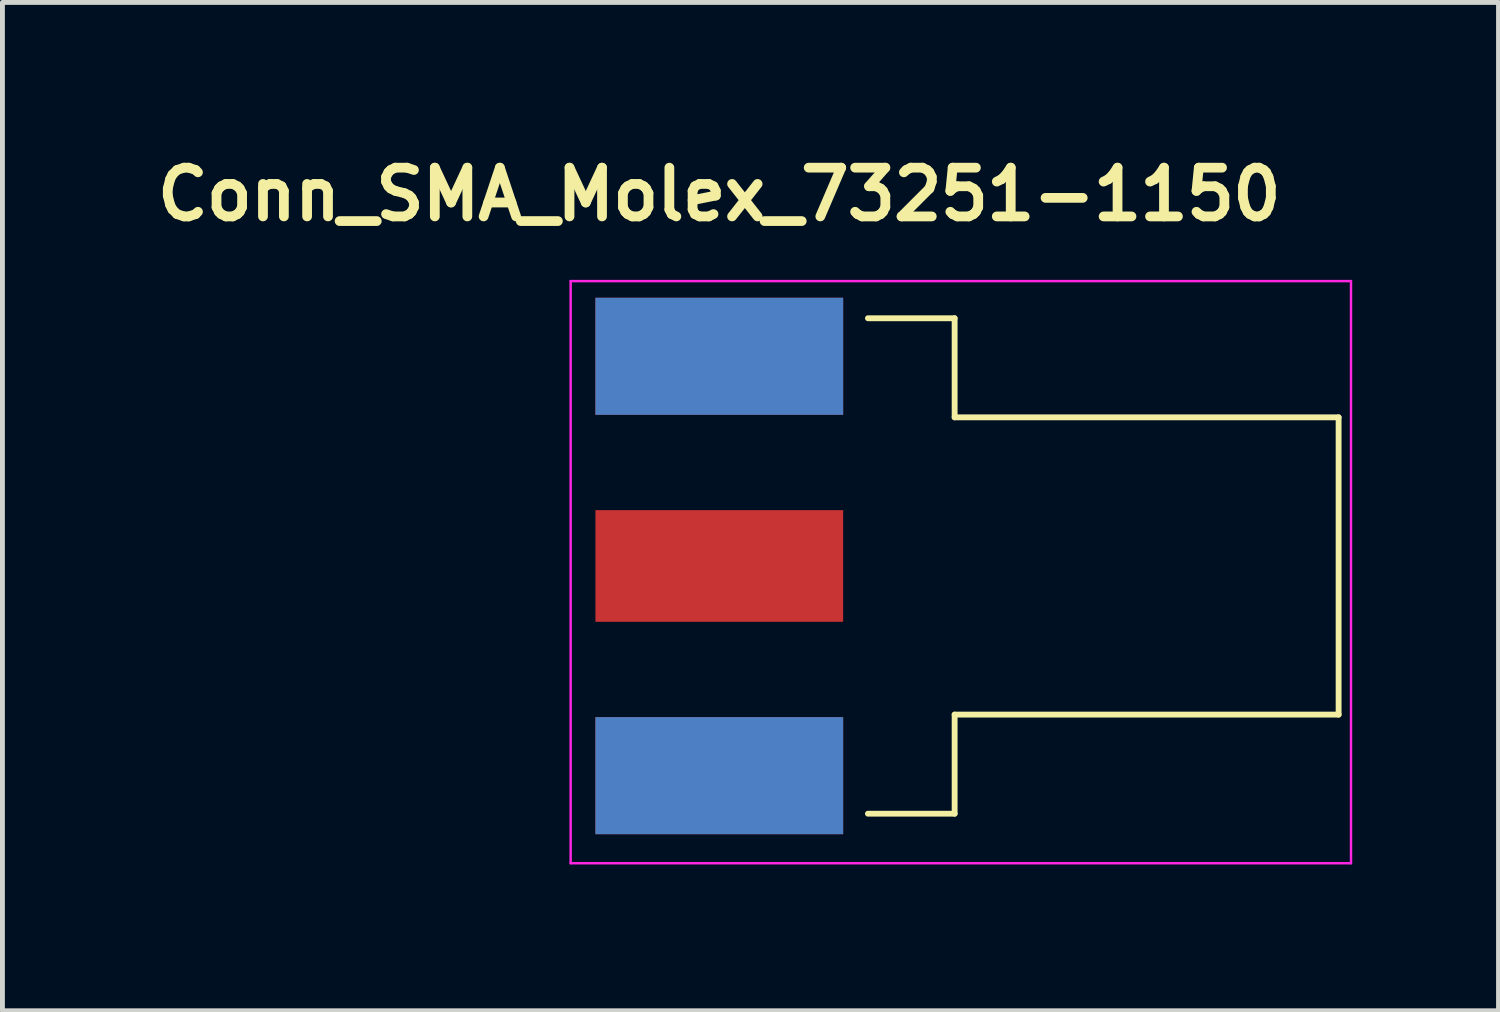
<source format=kicad_pcb>
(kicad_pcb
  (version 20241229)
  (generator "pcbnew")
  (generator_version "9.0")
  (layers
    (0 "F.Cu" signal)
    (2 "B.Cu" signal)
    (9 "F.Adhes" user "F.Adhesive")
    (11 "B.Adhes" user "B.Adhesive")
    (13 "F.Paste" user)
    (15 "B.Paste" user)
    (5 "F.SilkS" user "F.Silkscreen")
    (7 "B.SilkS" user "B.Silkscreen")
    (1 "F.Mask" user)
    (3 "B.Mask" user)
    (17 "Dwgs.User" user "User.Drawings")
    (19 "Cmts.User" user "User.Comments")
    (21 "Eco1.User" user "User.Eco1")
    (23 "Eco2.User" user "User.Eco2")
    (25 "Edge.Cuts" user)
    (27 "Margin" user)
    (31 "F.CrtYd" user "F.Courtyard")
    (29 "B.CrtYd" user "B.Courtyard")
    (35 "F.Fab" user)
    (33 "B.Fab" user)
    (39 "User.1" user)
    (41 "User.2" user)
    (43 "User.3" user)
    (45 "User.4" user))
  (footprint "Conn_SMA_Molex_73251-1150"
    (layer "F.Cu")
    (at 11.7 8.556)
    (property "Reference" "Conn_SMA_Molex_73251-1150" (at 0 -7.62 0) (layer "F.SilkS") (effects (font (size 1 1) (thickness 0.2))))
    (attr through_hole)
    (fp_line (start 3.048 5.08) (end 4.826 5.08) (stroke (width 0.12) (type solid)) (layer "F.SilkS"))
    (fp_line (start 4.826 -5.08) (end 3.048 -5.08) (stroke (width 0.12) (type solid)) (layer "F.SilkS"))
    (fp_line (start 4.826 -3.048) (end 4.826 -5.08) (stroke (width 0.12) (type solid)) (layer "F.SilkS"))
    (fp_line (start 4.826 3.048) (end 12.7 3.048) (stroke (width 0.12) (type solid)) (layer "F.SilkS"))
    (fp_line (start 4.826 5.08) (end 4.826 3.048) (stroke (width 0.12) (type solid)) (layer "F.SilkS"))
    (fp_line (start 12.7 -3.048) (end 4.826 -3.048) (stroke (width 0.12) (type solid)) (layer "F.SilkS"))
    (fp_line (start 12.7 3.048) (end 12.7 -3.048) (stroke (width 0.12) (type solid)) (layer "F.SilkS"))
    (fp_line (start -3.048 -5.842) (end 12.954 -5.842) (stroke (width 0.05) (type solid)) (layer "F.CrtYd"))
    (fp_line (start -3.048 6.096) (end -3.048 -5.842) (stroke (width 0.05) (type solid)) (layer "F.CrtYd"))
    (fp_line (start 12.954 -5.842) (end 12.954 6.096) (stroke (width 0.05) (type solid)) (layer "F.CrtYd"))
    (fp_line (start 12.954 6.096) (end -3.048 6.096) (stroke (width 0.05) (type solid)) (layer "F.CrtYd"))
    (pad "1" smd rect (at 0 0) (size 5.08 2.29) (layers "F.Cu" "F.Mask" "F.Paste"))
    (pad "2" smd rect (at 0 -4.3) (size 5.08 2.4) (layers "F.Cu" "F.Mask" "F.Paste"))
    (pad "2" smd rect (at 0 -4.3) (size 5.08 2.4) (layers "B.Cu" "B.Mask" "B.Paste"))
    (pad "2" smd rect (at 0 4.3) (size 5.08 2.4) (layers "F.Cu" "F.Mask" "F.Paste"))
    (pad "2" smd rect (at 0 4.3) (size 5.08 2.4) (layers "B.Cu" "B.Mask" "B.Paste")))
  (gr_rect
    (start -3 -3)
    (end 27.679 17.677)
    (stroke (width 0.1) (type default))
    (fill no)
    (layer "Edge.Cuts")))
</source>
